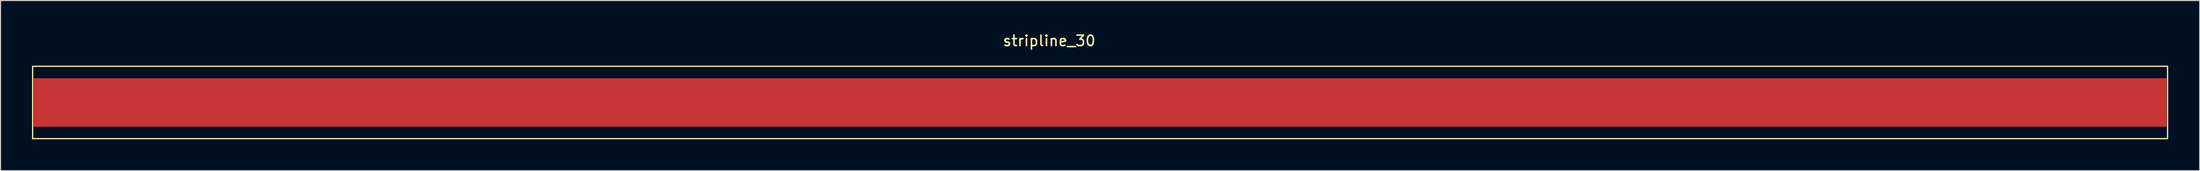
<source format=kicad_pcb>
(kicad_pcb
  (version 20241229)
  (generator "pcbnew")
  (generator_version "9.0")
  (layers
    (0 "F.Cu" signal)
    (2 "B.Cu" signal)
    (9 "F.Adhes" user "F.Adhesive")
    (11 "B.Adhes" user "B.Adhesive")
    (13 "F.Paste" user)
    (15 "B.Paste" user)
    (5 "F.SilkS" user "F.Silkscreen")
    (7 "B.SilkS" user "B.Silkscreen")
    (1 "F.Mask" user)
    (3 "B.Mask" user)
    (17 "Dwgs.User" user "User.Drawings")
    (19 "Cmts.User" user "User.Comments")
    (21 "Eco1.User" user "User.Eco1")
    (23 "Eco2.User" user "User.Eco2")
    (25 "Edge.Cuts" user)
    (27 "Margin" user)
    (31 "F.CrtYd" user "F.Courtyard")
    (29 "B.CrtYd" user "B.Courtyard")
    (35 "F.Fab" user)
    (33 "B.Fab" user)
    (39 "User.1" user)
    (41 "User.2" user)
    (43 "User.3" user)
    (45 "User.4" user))
  (footprint "stripline_30"
    (layer "F.Cu")
    (at 101.76 6.738)
    (property "Reference" "stripline_30" (at -4.85 -5.89 0) (layer "F.SilkS") (effects (font (size 1 1) (thickness 0.15))))
    (attr through_hole)
    (fp_line (start -101.7 -3.455) (end -101.7 3.455) (stroke (width 0.12) (type solid)) (layer "F.SilkS"))
    (fp_line (start -101.7 -3.455) (end 101.7 -3.455) (stroke (width 0.12) (type solid)) (layer "F.SilkS"))
    (fp_line (start -101.7 3.455) (end 101.7 3.455) (stroke (width 0.12) (type solid)) (layer "F.SilkS"))
    (fp_line (start 101.7 3.455) (end 101.7 -3.455) (stroke (width 0.12) (type solid)) (layer "F.SilkS"))
    (pad "1" smd custom (at 0 0) (size 1.524 1.524) (layers "F.Cu") (options (anchor circle)) (primitives (gr_poly (pts (xy 101.6 2.31) (xy -101.6 2.31) (xy -101.6 -2.31) (xy 101.6 -2.31)) (width 0.01) (fill yes)))))
  (gr_rect
    (start -3 -3)
    (end 206.52 13.253)
    (stroke (width 0.1) (type default))
    (fill no)
    (layer "Edge.Cuts")))
</source>
